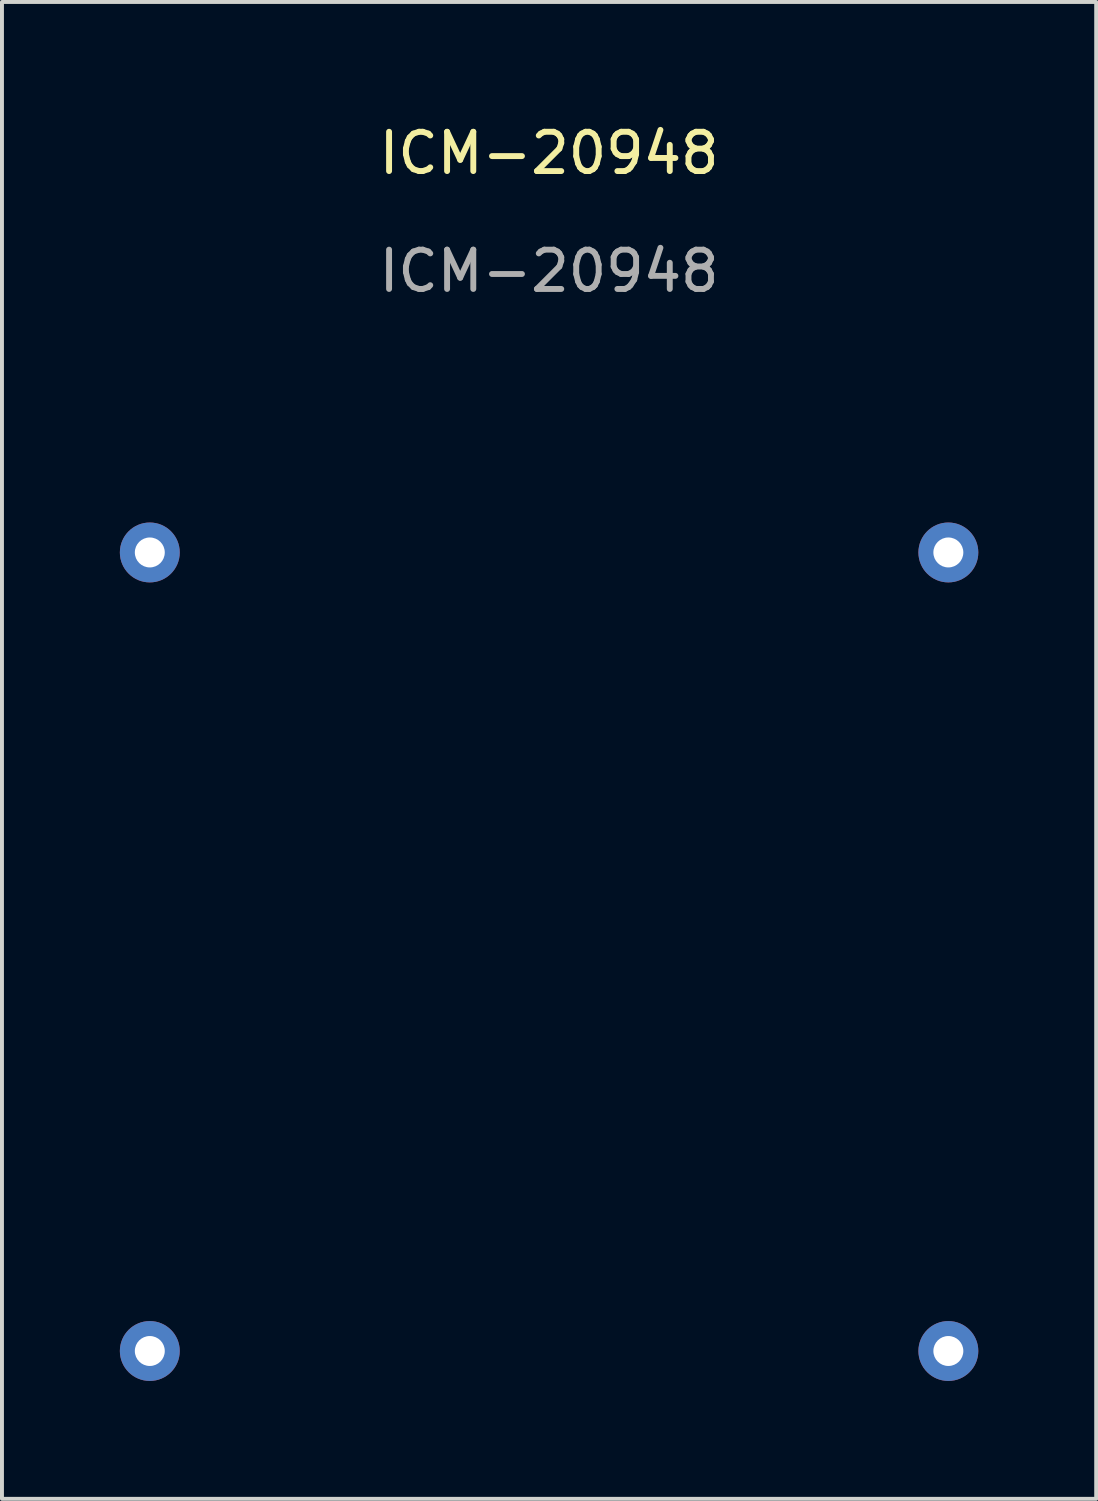
<source format=kicad_pcb>
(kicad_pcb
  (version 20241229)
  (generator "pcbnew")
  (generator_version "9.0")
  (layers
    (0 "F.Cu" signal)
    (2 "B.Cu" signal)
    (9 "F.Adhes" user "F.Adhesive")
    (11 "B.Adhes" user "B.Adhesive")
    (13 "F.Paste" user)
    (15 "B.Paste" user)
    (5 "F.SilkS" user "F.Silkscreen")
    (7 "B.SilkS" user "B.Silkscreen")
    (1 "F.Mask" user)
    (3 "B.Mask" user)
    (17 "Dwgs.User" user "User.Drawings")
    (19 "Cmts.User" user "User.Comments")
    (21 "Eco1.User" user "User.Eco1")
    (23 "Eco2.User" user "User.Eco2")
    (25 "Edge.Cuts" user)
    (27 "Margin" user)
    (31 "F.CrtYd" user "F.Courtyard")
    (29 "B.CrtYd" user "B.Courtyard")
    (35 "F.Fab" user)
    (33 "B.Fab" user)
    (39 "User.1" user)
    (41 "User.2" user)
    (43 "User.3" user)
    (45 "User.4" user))
  (footprint "ICM-20948"
    (layer "F.Cu")
    (at 10.922 21.168)
    (property "Reference" "ICM-20948" (at 0 -20.32 0) (unlocked yes) (layer "F.SilkS") (effects (font (size 1 1) (thickness 0.15))))
    (attr through_hole)
    (fp_text user "${REFERENCE}" (at 0 -17.32 0) (unlocked yes) (layer "F.Fab") (effects (font (size 1 1) (thickness 0.15))))
    (pad "" np_thru_hole circle (at -10.16 -10.16) (size 1.524 1.524) (drill 0.762) (layers "*.Cu" "*.Mask"))
    (pad "" np_thru_hole circle (at -10.16 10.16) (size 1.524 1.524) (drill 0.762) (layers "*.Cu" "*.Mask"))
    (pad "" np_thru_hole circle (at 10.16 -10.16) (size 1.524 1.524) (drill 0.762) (layers "*.Cu" "*.Mask"))
    (pad "" np_thru_hole circle (at 10.16 10.16) (size 1.524 1.524) (drill 0.762) (layers "*.Cu" "*.Mask")))
  (gr_rect
    (start -3 -3)
    (end 24.844 35.09)
    (stroke (width 0.1) (type default))
    (fill no)
    (layer "Edge.Cuts")))
</source>
